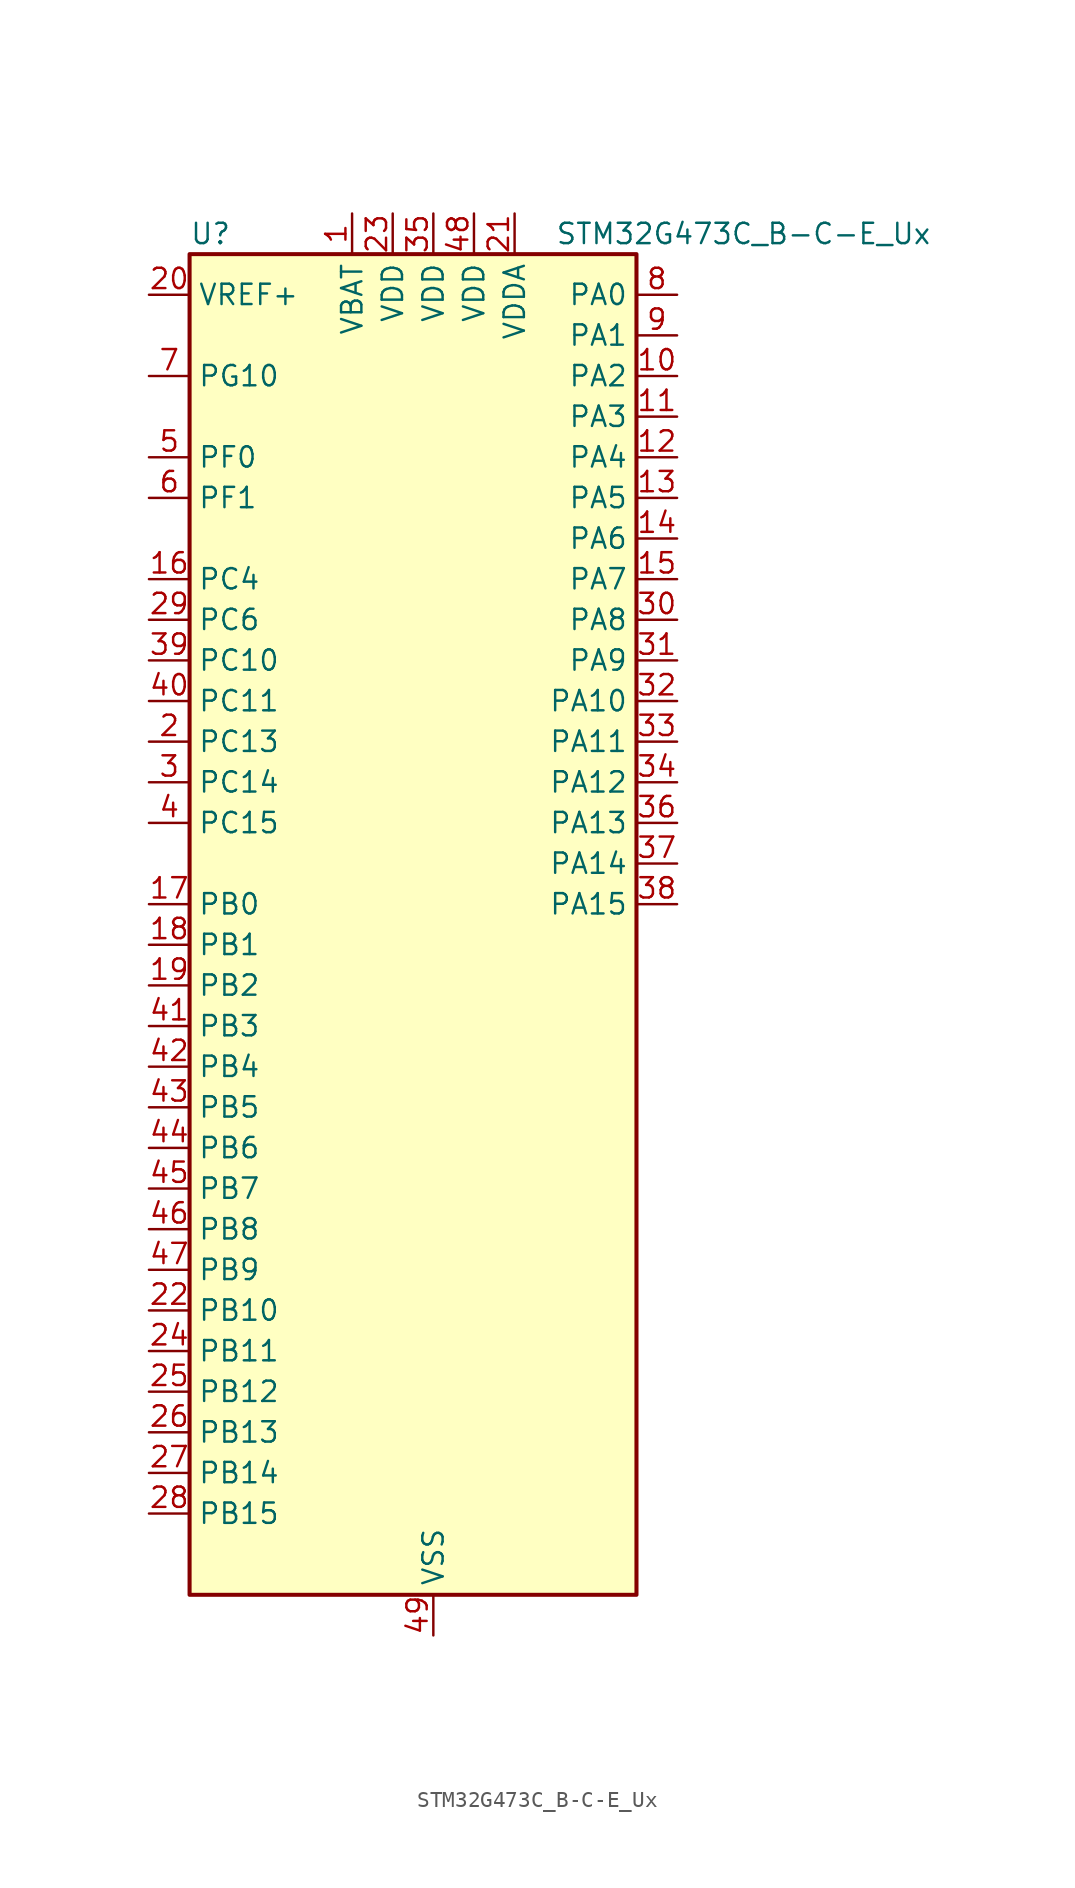
<source format=kicad_sym>
(kicad_symbol_lib
  (version 20231120)
  (generator "kicad_symbol_editor")
  (generator_version "8.0")
  (symbol "STM32G473C_B-C-E_Ux"
    (property "Reference" "U"
      (at -12.7 44.45 0)
      (effects (font (size 1.27 1.27)) (justify left)))
    (property "Value" "STM32G473C_B-C-E_Ux"
      (at 10.16 44.45 0)
      (effects (font (size 1.27 1.27)) (justify left)))
    (property "ki_locked" ""
      (at 0 0 0)
      (effects (font (size 1.27 1.27))))
    (symbol "STM32G473C_B-C-E_Ux_0_1"
      (rectangle (start -12.7 -40.64) (end 15.24 43.18) (stroke (width 0.254) (type default)) (fill (type background))))
    (symbol "STM32G473C_B-C-E_Ux_1_1"
      (pin power_in line (at -2.54 45.72 270) (length 2.54) (name "VBAT" (effects (font (size 1.27 1.27)))) (number "1" (effects (font (size 1.27 1.27)))))
      (pin bidirectional line (at 17.78 35.56 180) (length 2.54) (name "PA2" (effects (font (size 1.27 1.27)))) (number "10" (effects (font (size 1.27 1.27)))) (alternate "ADC1_IN3" bidirectional line) (alternate "ADC3_EXTI2" bidirectional line) (alternate "ADC4_EXTI2" bidirectional line) (alternate "ADC5_EXTI2" bidirectional line) (alternate "COMP2_INM" bidirectional line) (alternate "COMP2_OUT" bidirectional line) (alternate "LPUART1_TX" bidirectional line) (alternate "OPAMP1_VOUT" bidirectional line) (alternate "QUADSPI1_BK1_NCS" bidirectional line) (alternate "RCC_LSCO" bidirectional line) (alternate "SYS_WKUP4" bidirectional line) (alternate "TIM15_CH1" bidirectional line) (alternate "TIM2_CH3" bidirectional line) (alternate "TIM5_CH3" bidirectional line) (alternate "UCPD1_FRSTX1" bidirectional line) (alternate "UCPD1_FRSTX2" bidirectional line) (alternate "USART2_TX" bidirectional line))
      (pin bidirectional line (at 17.78 33.02 180) (length 2.54) (name "PA3" (effects (font (size 1.27 1.27)))) (number "11" (effects (font (size 1.27 1.27)))) (alternate "ADC1_IN4" bidirectional line) (alternate "ADC3_EXTI3" bidirectional line) (alternate "ADC4_EXTI3" bidirectional line) (alternate "ADC5_EXTI3" bidirectional line) (alternate "COMP2_INP" bidirectional line) (alternate "LPUART1_RX" bidirectional line) (alternate "OPAMP1_VINM" bidirectional line) (alternate "OPAMP1_VINM0" bidirectional line) (alternate "OPAMP1_VINM_SEC" bidirectional line) (alternate "OPAMP1_VINP" bidirectional line) (alternate "OPAMP1_VINP_SEC" bidirectional line) (alternate "OPAMP5_VINM" bidirectional line) (alternate "OPAMP5_VINM1" bidirectional line) (alternate "OPAMP5_VINM_SEC" bidirectional line) (alternate "QUADSPI1_CLK" bidirectional line) (alternate "SAI1_CK1" bidirectional line) (alternate "SAI1_MCLK_A" bidirectional line) (alternate "TIM15_CH2" bidirectional line) (alternate "TIM2_CH4" bidirectional line) (alternate "TIM5_CH4" bidirectional line) (alternate "USART2_RX" bidirectional line))
      (pin bidirectional line (at 17.78 30.48 180) (length 2.54) (name "PA4" (effects (font (size 1.27 1.27)))) (number "12" (effects (font (size 1.27 1.27)))) (alternate "ADC2_IN17" bidirectional line) (alternate "COMP1_INM" bidirectional line) (alternate "DAC1_OUT1" bidirectional line) (alternate "I2S3_WS" bidirectional line) (alternate "SAI1_FS_B" bidirectional line) (alternate "SPI1_NSS" bidirectional line) (alternate "SPI3_NSS" bidirectional line) (alternate "TIM3_CH2" bidirectional line) (alternate "USART2_CK" bidirectional line))
      (pin bidirectional line (at 17.78 27.94 180) (length 2.54) (name "PA5" (effects (font (size 1.27 1.27)))) (number "13" (effects (font (size 1.27 1.27)))) (alternate "ADC2_IN13" bidirectional line) (alternate "COMP2_INM" bidirectional line) (alternate "DAC1_OUT2" bidirectional line) (alternate "OPAMP2_VINM" bidirectional line) (alternate "OPAMP2_VINM0" bidirectional line) (alternate "OPAMP2_VINM_SEC" bidirectional line) (alternate "SPI1_SCK" bidirectional line) (alternate "TIM2_CH1" bidirectional line) (alternate "TIM2_ETR" bidirectional line) (alternate "UCPD1_FRSTX1" bidirectional line) (alternate "UCPD1_FRSTX2" bidirectional line))
      (pin bidirectional line (at 17.78 25.4 180) (length 2.54) (name "PA6" (effects (font (size 1.27 1.27)))) (number "14" (effects (font (size 1.27 1.27)))) (alternate "ADC2_IN3" bidirectional line) (alternate "COMP1_OUT" bidirectional line) (alternate "DAC2_OUT1" bidirectional line) (alternate "LPUART1_CTS" bidirectional line) (alternate "OPAMP2_VOUT" bidirectional line) (alternate "QUADSPI1_BK1_IO3" bidirectional line) (alternate "SPI1_MISO" bidirectional line) (alternate "TIM16_CH1" bidirectional line) (alternate "TIM1_BKIN" bidirectional line) (alternate "TIM3_CH1" bidirectional line) (alternate "TIM8_BKIN" bidirectional line))
      (pin bidirectional line (at 17.78 22.86 180) (length 2.54) (name "PA7" (effects (font (size 1.27 1.27)))) (number "15" (effects (font (size 1.27 1.27)))) (alternate "ADC2_IN4" bidirectional line) (alternate "COMP2_INP" bidirectional line) (alternate "COMP2_OUT" bidirectional line) (alternate "OPAMP1_VINP" bidirectional line) (alternate "OPAMP1_VINP_SEC" bidirectional line) (alternate "OPAMP2_VINP" bidirectional line) (alternate "OPAMP2_VINP_SEC" bidirectional line) (alternate "QUADSPI1_BK1_IO2" bidirectional line) (alternate "SPI1_MOSI" bidirectional line) (alternate "TIM17_CH1" bidirectional line) (alternate "TIM1_CH1N" bidirectional line) (alternate "TIM3_CH2" bidirectional line) (alternate "TIM8_CH1N" bidirectional line) (alternate "UCPD1_FRSTX1" bidirectional line) (alternate "UCPD1_FRSTX2" bidirectional line))
      (pin bidirectional line (at -15.24 22.86 0) (length 2.54) (name "PC4" (effects (font (size 1.27 1.27)))) (number "16" (effects (font (size 1.27 1.27)))) (alternate "ADC2_IN5" bidirectional line) (alternate "I2C2_SCL" bidirectional line) (alternate "QUADSPI1_BK2_IO3" bidirectional line) (alternate "TIM1_ETR" bidirectional line) (alternate "USART1_TX" bidirectional line))
      (pin bidirectional line (at -15.24 2.54 0) (length 2.54) (name "PB0" (effects (font (size 1.27 1.27)))) (number "17" (effects (font (size 1.27 1.27)))) (alternate "ADC1_IN15" bidirectional line) (alternate "ADC3_IN12" bidirectional line) (alternate "COMP4_INP" bidirectional line) (alternate "OPAMP2_VINP" bidirectional line) (alternate "OPAMP2_VINP_SEC" bidirectional line) (alternate "OPAMP3_VINP" bidirectional line) (alternate "OPAMP3_VINP_SEC" bidirectional line) (alternate "QUADSPI1_BK1_IO1" bidirectional line) (alternate "TIM1_CH2N" bidirectional line) (alternate "TIM3_CH3" bidirectional line) (alternate "TIM8_CH2N" bidirectional line) (alternate "UCPD1_FRSTX1" bidirectional line) (alternate "UCPD1_FRSTX2" bidirectional line))
      (pin bidirectional line (at -15.24 0 0) (length 2.54) (name "PB1" (effects (font (size 1.27 1.27)))) (number "18" (effects (font (size 1.27 1.27)))) (alternate "ADC1_IN12" bidirectional line) (alternate "ADC3_IN1" bidirectional line) (alternate "COMP1_INP" bidirectional line) (alternate "COMP4_OUT" bidirectional line) (alternate "LPUART1_DE" bidirectional line) (alternate "LPUART1_RTS" bidirectional line) (alternate "OPAMP3_VOUT" bidirectional line) (alternate "OPAMP6_VINM" bidirectional line) (alternate "OPAMP6_VINM1" bidirectional line) (alternate "OPAMP6_VINM_SEC" bidirectional line) (alternate "QUADSPI1_BK1_IO0" bidirectional line) (alternate "TIM1_CH3N" bidirectional line) (alternate "TIM3_CH4" bidirectional line) (alternate "TIM8_CH3N" bidirectional line))
      (pin bidirectional line (at -15.24 -2.54 0) (length 2.54) (name "PB2" (effects (font (size 1.27 1.27)))) (number "19" (effects (font (size 1.27 1.27)))) (alternate "ADC2_IN12" bidirectional line) (alternate "ADC3_EXTI2" bidirectional line) (alternate "ADC4_EXTI2" bidirectional line) (alternate "ADC5_EXTI2" bidirectional line) (alternate "COMP4_INM" bidirectional line) (alternate "I2C3_SMBA" bidirectional line) (alternate "LPTIM1_OUT" bidirectional line) (alternate "OPAMP3_VINM" bidirectional line) (alternate "OPAMP3_VINM0" bidirectional line) (alternate "OPAMP3_VINM_SEC" bidirectional line) (alternate "QUADSPI1_BK2_IO1" bidirectional line) (alternate "RTC_OUT2" bidirectional line) (alternate "TIM20_CH1" bidirectional line) (alternate "TIM5_CH1" bidirectional line))
      (pin bidirectional line (at -15.24 12.7 0) (length 2.54) (name "PC13" (effects (font (size 1.27 1.27)))) (number "2" (effects (font (size 1.27 1.27)))) (alternate "RTC_OUT1" bidirectional line) (alternate "RTC_TAMP1" bidirectional line) (alternate "RTC_TS" bidirectional line) (alternate "SYS_WKUP2" bidirectional line) (alternate "TIM1_BKIN" bidirectional line) (alternate "TIM1_CH1N" bidirectional line) (alternate "TIM8_CH4N" bidirectional line))
      (pin input line (at -15.24 40.64 0) (length 2.54) (name "VREF+" (effects (font (size 1.27 1.27)))) (number "20" (effects (font (size 1.27 1.27)))) (alternate "VREFBUF_OUT" bidirectional line))
      (pin power_in line (at 7.62 45.72 270) (length 2.54) (name "VDDA" (effects (font (size 1.27 1.27)))) (number "21" (effects (font (size 1.27 1.27)))))
      (pin bidirectional line (at -15.24 -22.86 0) (length 2.54) (name "PB10" (effects (font (size 1.27 1.27)))) (number "22" (effects (font (size 1.27 1.27)))) (alternate "COMP5_INM" bidirectional line) (alternate "DAC1_EXTI10" bidirectional line) (alternate "DAC2_EXTI10" bidirectional line) (alternate "DAC3_EXTI10" bidirectional line) (alternate "DAC4_EXTI10" bidirectional line) (alternate "LPUART1_RX" bidirectional line) (alternate "OPAMP3_VINM" bidirectional line) (alternate "OPAMP3_VINM1" bidirectional line) (alternate "OPAMP3_VINM_SEC" bidirectional line) (alternate "OPAMP4_VINM" bidirectional line) (alternate "OPAMP4_VINM0" bidirectional line) (alternate "OPAMP4_VINM_SEC" bidirectional line) (alternate "QUADSPI1_CLK" bidirectional line) (alternate "SAI1_SCK_A" bidirectional line) (alternate "TIM1_BKIN" bidirectional line) (alternate "TIM2_CH3" bidirectional line) (alternate "USART3_TX" bidirectional line))
      (pin power_in line (at 0 45.72 270) (length 2.54) (name "VDD" (effects (font (size 1.27 1.27)))) (number "23" (effects (font (size 1.27 1.27)))))
      (pin bidirectional line (at -15.24 -25.4 0) (length 2.54) (name "PB11" (effects (font (size 1.27 1.27)))) (number "24" (effects (font (size 1.27 1.27)))) (alternate "ADC1_EXTI11" bidirectional line) (alternate "ADC1_IN14" bidirectional line) (alternate "ADC2_EXTI11" bidirectional line) (alternate "ADC2_IN14" bidirectional line) (alternate "COMP6_INP" bidirectional line) (alternate "LPUART1_TX" bidirectional line) (alternate "OPAMP4_VINP" bidirectional line) (alternate "OPAMP4_VINP_SEC" bidirectional line) (alternate "OPAMP6_VOUT" bidirectional line) (alternate "QUADSPI1_BK1_NCS" bidirectional line) (alternate "TIM2_CH4" bidirectional line) (alternate "USART3_RX" bidirectional line))
      (pin bidirectional line (at -15.24 -27.94 0) (length 2.54) (name "PB12" (effects (font (size 1.27 1.27)))) (number "25" (effects (font (size 1.27 1.27)))) (alternate "ADC1_IN11" bidirectional line) (alternate "ADC4_IN3" bidirectional line) (alternate "COMP7_INM" bidirectional line) (alternate "FDCAN2_RX" bidirectional line) (alternate "I2C2_SMBA" bidirectional line) (alternate "I2S2_WS" bidirectional line) (alternate "LPUART1_DE" bidirectional line) (alternate "LPUART1_RTS" bidirectional line) (alternate "OPAMP4_VOUT" bidirectional line) (alternate "OPAMP6_VINP" bidirectional line) (alternate "OPAMP6_VINP_SEC" bidirectional line) (alternate "SPI2_NSS" bidirectional line) (alternate "TIM1_BKIN" bidirectional line) (alternate "TIM5_ETR" bidirectional line) (alternate "USART3_CK" bidirectional line))
      (pin bidirectional line (at -15.24 -30.48 0) (length 2.54) (name "PB13" (effects (font (size 1.27 1.27)))) (number "26" (effects (font (size 1.27 1.27)))) (alternate "ADC3_IN5" bidirectional line) (alternate "COMP5_INP" bidirectional line) (alternate "FDCAN2_TX" bidirectional line) (alternate "I2S2_CK" bidirectional line) (alternate "LPUART1_CTS" bidirectional line) (alternate "OPAMP3_VINP" bidirectional line) (alternate "OPAMP3_VINP_SEC" bidirectional line) (alternate "OPAMP4_VINP" bidirectional line) (alternate "OPAMP4_VINP_SEC" bidirectional line) (alternate "OPAMP6_VINP" bidirectional line) (alternate "OPAMP6_VINP_SEC" bidirectional line) (alternate "SPI2_SCK" bidirectional line) (alternate "TIM1_CH1N" bidirectional line) (alternate "USART3_CTS" bidirectional line) (alternate "USART3_NSS" bidirectional line))
      (pin bidirectional line (at -15.24 -33.02 0) (length 2.54) (name "PB14" (effects (font (size 1.27 1.27)))) (number "27" (effects (font (size 1.27 1.27)))) (alternate "ADC1_IN5" bidirectional line) (alternate "ADC4_IN4" bidirectional line) (alternate "COMP4_OUT" bidirectional line) (alternate "COMP7_INP" bidirectional line) (alternate "OPAMP2_VINP" bidirectional line) (alternate "OPAMP2_VINP_SEC" bidirectional line) (alternate "OPAMP5_VINP" bidirectional line) (alternate "OPAMP5_VINP_SEC" bidirectional line) (alternate "SPI2_MISO" bidirectional line) (alternate "TIM15_CH1" bidirectional line) (alternate "TIM1_CH2N" bidirectional line) (alternate "USART3_DE" bidirectional line) (alternate "USART3_RTS" bidirectional line))
      (pin bidirectional line (at -15.24 -35.56 0) (length 2.54) (name "PB15" (effects (font (size 1.27 1.27)))) (number "28" (effects (font (size 1.27 1.27)))) (alternate "ADC1_EXTI15" bidirectional line) (alternate "ADC2_EXTI15" bidirectional line) (alternate "ADC2_IN15" bidirectional line) (alternate "ADC4_IN5" bidirectional line) (alternate "COMP3_OUT" bidirectional line) (alternate "COMP6_INM" bidirectional line) (alternate "I2S2_SD" bidirectional line) (alternate "OPAMP5_VINM" bidirectional line) (alternate "OPAMP5_VINM0" bidirectional line) (alternate "OPAMP5_VINM_SEC" bidirectional line) (alternate "RTC_REFIN" bidirectional line) (alternate "SPI2_MOSI" bidirectional line) (alternate "TIM15_CH1N" bidirectional line) (alternate "TIM15_CH2" bidirectional line) (alternate "TIM1_CH3N" bidirectional line))
      (pin bidirectional line (at -15.24 20.32 0) (length 2.54) (name "PC6" (effects (font (size 1.27 1.27)))) (number "29" (effects (font (size 1.27 1.27)))) (alternate "COMP6_OUT" bidirectional line) (alternate "I2C4_SCL" bidirectional line) (alternate "I2S2_MCK" bidirectional line) (alternate "TIM3_CH1" bidirectional line) (alternate "TIM8_CH1" bidirectional line))
      (pin bidirectional line (at -15.24 10.16 0) (length 2.54) (name "PC14" (effects (font (size 1.27 1.27)))) (number "3" (effects (font (size 1.27 1.27)))) (alternate "RCC_OSC32_IN" bidirectional line))
      (pin bidirectional line (at 17.78 20.32 180) (length 2.54) (name "PA8" (effects (font (size 1.27 1.27)))) (number "30" (effects (font (size 1.27 1.27)))) (alternate "ADC5_IN1" bidirectional line) (alternate "COMP7_OUT" bidirectional line) (alternate "FDCAN3_RX" bidirectional line) (alternate "I2C2_SDA" bidirectional line) (alternate "I2C3_SCL" bidirectional line) (alternate "I2S2_MCK" bidirectional line) (alternate "OPAMP5_VOUT" bidirectional line) (alternate "RCC_MCO" bidirectional line) (alternate "SAI1_CK2" bidirectional line) (alternate "SAI1_SCK_A" bidirectional line) (alternate "TIM1_CH1" bidirectional line) (alternate "TIM4_ETR" bidirectional line) (alternate "USART1_CK" bidirectional line))
      (pin bidirectional line (at 17.78 17.78 180) (length 2.54) (name "PA9" (effects (font (size 1.27 1.27)))) (number "31" (effects (font (size 1.27 1.27)))) (alternate "ADC5_IN2" bidirectional line) (alternate "COMP5_OUT" bidirectional line) (alternate "DAC1_EXTI9" bidirectional line) (alternate "DAC2_EXTI9" bidirectional line) (alternate "DAC3_EXTI9" bidirectional line) (alternate "DAC4_EXTI9" bidirectional line) (alternate "I2C2_SCL" bidirectional line) (alternate "I2C3_SMBA" bidirectional line) (alternate "I2S3_MCK" bidirectional line) (alternate "SAI1_FS_A" bidirectional line) (alternate "TIM15_BKIN" bidirectional line) (alternate "TIM1_CH2" bidirectional line) (alternate "TIM2_CH3" bidirectional line) (alternate "UCPD1_DBCC1" bidirectional line) (alternate "USART1_TX" bidirectional line))
      (pin bidirectional line (at 17.78 15.24 180) (length 2.54) (name "PA10" (effects (font (size 1.27 1.27)))) (number "32" (effects (font (size 1.27 1.27)))) (alternate "COMP6_OUT" bidirectional line) (alternate "CRS_SYNC" bidirectional line) (alternate "DAC1_EXTI10" bidirectional line) (alternate "DAC2_EXTI10" bidirectional line) (alternate "DAC3_EXTI10" bidirectional line) (alternate "DAC4_EXTI10" bidirectional line) (alternate "I2C2_SMBA" bidirectional line) (alternate "SAI1_D1" bidirectional line) (alternate "SAI1_SD_A" bidirectional line) (alternate "SPI2_MISO" bidirectional line) (alternate "TIM17_BKIN" bidirectional line) (alternate "TIM1_CH3" bidirectional line) (alternate "TIM2_CH4" bidirectional line) (alternate "TIM8_BKIN" bidirectional line) (alternate "UCPD1_DBCC2" bidirectional line) (alternate "USART1_RX" bidirectional line))
      (pin bidirectional line (at 17.78 12.7 180) (length 2.54) (name "PA11" (effects (font (size 1.27 1.27)))) (number "33" (effects (font (size 1.27 1.27)))) (alternate "ADC1_EXTI11" bidirectional line) (alternate "ADC2_EXTI11" bidirectional line) (alternate "COMP1_OUT" bidirectional line) (alternate "FDCAN1_RX" bidirectional line) (alternate "I2S2_SD" bidirectional line) (alternate "SPI2_MOSI" bidirectional line) (alternate "TIM1_BKIN2" bidirectional line) (alternate "TIM1_CH1N" bidirectional line) (alternate "TIM1_CH4" bidirectional line) (alternate "TIM4_CH1" bidirectional line) (alternate "USART1_CTS" bidirectional line) (alternate "USART1_NSS" bidirectional line) (alternate "USB_DM" bidirectional line))
      (pin bidirectional line (at 17.78 10.16 180) (length 2.54) (name "PA12" (effects (font (size 1.27 1.27)))) (number "34" (effects (font (size 1.27 1.27)))) (alternate "COMP2_OUT" bidirectional line) (alternate "FDCAN1_TX" bidirectional line) (alternate "I2S_CKIN" bidirectional line) (alternate "TIM16_CH1" bidirectional line) (alternate "TIM1_CH2N" bidirectional line) (alternate "TIM1_ETR" bidirectional line) (alternate "TIM4_CH2" bidirectional line) (alternate "USART1_DE" bidirectional line) (alternate "USART1_RTS" bidirectional line) (alternate "USB_DP" bidirectional line))
      (pin power_in line (at 2.54 45.72 270) (length 2.54) (name "VDD" (effects (font (size 1.27 1.27)))) (number "35" (effects (font (size 1.27 1.27)))))
      (pin bidirectional line (at 17.78 7.62 180) (length 2.54) (name "PA13" (effects (font (size 1.27 1.27)))) (number "36" (effects (font (size 1.27 1.27)))) (alternate "I2C1_SCL" bidirectional line) (alternate "I2C4_SCL" bidirectional line) (alternate "IR_OUT" bidirectional line) (alternate "SAI1_SD_B" bidirectional line) (alternate "SYS_JTMS-SWDIO" bidirectional line) (alternate "TIM16_CH1N" bidirectional line) (alternate "TIM4_CH3" bidirectional line) (alternate "USART3_CTS" bidirectional line) (alternate "USART3_NSS" bidirectional line))
      (pin bidirectional line (at 17.78 5.08 180) (length 2.54) (name "PA14" (effects (font (size 1.27 1.27)))) (number "37" (effects (font (size 1.27 1.27)))) (alternate "I2C1_SDA" bidirectional line) (alternate "I2C4_SMBA" bidirectional line) (alternate "LPTIM1_OUT" bidirectional line) (alternate "SAI1_FS_B" bidirectional line) (alternate "SYS_JTCK-SWCLK" bidirectional line) (alternate "TIM1_BKIN" bidirectional line) (alternate "TIM8_CH2" bidirectional line) (alternate "USART2_TX" bidirectional line))
      (pin bidirectional line (at 17.78 2.54 180) (length 2.54) (name "PA15" (effects (font (size 1.27 1.27)))) (number "38" (effects (font (size 1.27 1.27)))) (alternate "ADC1_EXTI15" bidirectional line) (alternate "ADC2_EXTI15" bidirectional line) (alternate "FDCAN3_TX" bidirectional line) (alternate "I2C1_SCL" bidirectional line) (alternate "I2S3_WS" bidirectional line) (alternate "SPI1_NSS" bidirectional line) (alternate "SPI3_NSS" bidirectional line) (alternate "SYS_JTDI" bidirectional line) (alternate "TIM1_BKIN" bidirectional line) (alternate "TIM2_CH1" bidirectional line) (alternate "TIM2_ETR" bidirectional line) (alternate "TIM8_CH1" bidirectional line) (alternate "UART4_DE" bidirectional line) (alternate "UART4_RTS" bidirectional line) (alternate "USART2_RX" bidirectional line))
      (pin bidirectional line (at -15.24 17.78 0) (length 2.54) (name "PC10" (effects (font (size 1.27 1.27)))) (number "39" (effects (font (size 1.27 1.27)))) (alternate "DAC1_EXTI10" bidirectional line) (alternate "DAC2_EXTI10" bidirectional line) (alternate "DAC3_EXTI10" bidirectional line) (alternate "DAC4_EXTI10" bidirectional line) (alternate "I2S3_CK" bidirectional line) (alternate "SPI3_SCK" bidirectional line) (alternate "TIM8_CH1N" bidirectional line) (alternate "UART4_TX" bidirectional line) (alternate "USART3_TX" bidirectional line))
      (pin bidirectional line (at -15.24 7.62 0) (length 2.54) (name "PC15" (effects (font (size 1.27 1.27)))) (number "4" (effects (font (size 1.27 1.27)))) (alternate "ADC1_EXTI15" bidirectional line) (alternate "ADC2_EXTI15" bidirectional line) (alternate "RCC_OSC32_OUT" bidirectional line))
      (pin bidirectional line (at -15.24 15.24 0) (length 2.54) (name "PC11" (effects (font (size 1.27 1.27)))) (number "40" (effects (font (size 1.27 1.27)))) (alternate "ADC1_EXTI11" bidirectional line) (alternate "ADC2_EXTI11" bidirectional line) (alternate "I2C3_SDA" bidirectional line) (alternate "SPI3_MISO" bidirectional line) (alternate "TIM8_CH2N" bidirectional line) (alternate "UART4_RX" bidirectional line) (alternate "USART3_RX" bidirectional line))
      (pin bidirectional line (at -15.24 -5.08 0) (length 2.54) (name "PB3" (effects (font (size 1.27 1.27)))) (number "41" (effects (font (size 1.27 1.27)))) (alternate "ADC3_EXTI3" bidirectional line) (alternate "ADC4_EXTI3" bidirectional line) (alternate "ADC5_EXTI3" bidirectional line) (alternate "CRS_SYNC" bidirectional line) (alternate "FDCAN3_RX" bidirectional line) (alternate "I2S3_CK" bidirectional line) (alternate "SAI1_SCK_B" bidirectional line) (alternate "SPI1_SCK" bidirectional line) (alternate "SPI3_SCK" bidirectional line) (alternate "SYS_JTDO-SWO" bidirectional line) (alternate "TIM2_CH2" bidirectional line) (alternate "TIM3_ETR" bidirectional line) (alternate "TIM4_ETR" bidirectional line) (alternate "TIM8_CH1N" bidirectional line) (alternate "USART2_TX" bidirectional line))
      (pin bidirectional line (at -15.24 -7.62 0) (length 2.54) (name "PB4" (effects (font (size 1.27 1.27)))) (number "42" (effects (font (size 1.27 1.27)))) (alternate "FDCAN3_TX" bidirectional line) (alternate "SAI1_MCLK_B" bidirectional line) (alternate "SPI1_MISO" bidirectional line) (alternate "SPI3_MISO" bidirectional line) (alternate "SYS_JTRST" bidirectional line) (alternate "TIM16_CH1" bidirectional line) (alternate "TIM17_BKIN" bidirectional line) (alternate "TIM3_CH1" bidirectional line) (alternate "TIM8_CH2N" bidirectional line) (alternate "UCPD1_CC2" bidirectional line) (alternate "USART2_RX" bidirectional line))
      (pin bidirectional line (at -15.24 -10.16 0) (length 2.54) (name "PB5" (effects (font (size 1.27 1.27)))) (number "43" (effects (font (size 1.27 1.27)))) (alternate "FDCAN2_RX" bidirectional line) (alternate "I2C1_SMBA" bidirectional line) (alternate "I2C3_SDA" bidirectional line) (alternate "I2S3_SD" bidirectional line) (alternate "LPTIM1_IN1" bidirectional line) (alternate "SAI1_SD_B" bidirectional line) (alternate "SPI1_MOSI" bidirectional line) (alternate "SPI3_MOSI" bidirectional line) (alternate "TIM16_BKIN" bidirectional line) (alternate "TIM17_CH1" bidirectional line) (alternate "TIM3_CH2" bidirectional line) (alternate "TIM8_CH3N" bidirectional line) (alternate "USART2_CK" bidirectional line))
      (pin bidirectional line (at -15.24 -12.7 0) (length 2.54) (name "PB6" (effects (font (size 1.27 1.27)))) (number "44" (effects (font (size 1.27 1.27)))) (alternate "COMP4_OUT" bidirectional line) (alternate "FDCAN2_TX" bidirectional line) (alternate "LPTIM1_ETR" bidirectional line) (alternate "SAI1_FS_B" bidirectional line) (alternate "TIM16_CH1N" bidirectional line) (alternate "TIM4_CH1" bidirectional line) (alternate "TIM8_BKIN2" bidirectional line) (alternate "TIM8_CH1" bidirectional line) (alternate "TIM8_ETR" bidirectional line) (alternate "UCPD1_CC1" bidirectional line) (alternate "USART1_TX" bidirectional line))
      (pin bidirectional line (at -15.24 -15.24 0) (length 2.54) (name "PB7" (effects (font (size 1.27 1.27)))) (number "45" (effects (font (size 1.27 1.27)))) (alternate "COMP3_OUT" bidirectional line) (alternate "I2C1_SDA" bidirectional line) (alternate "I2C4_SDA" bidirectional line) (alternate "LPTIM1_IN2" bidirectional line) (alternate "SYS_PVD_IN" bidirectional line) (alternate "TIM17_CH1N" bidirectional line) (alternate "TIM3_CH4" bidirectional line) (alternate "TIM4_CH2" bidirectional line) (alternate "TIM8_BKIN" bidirectional line) (alternate "UART4_CTS" bidirectional line) (alternate "USART1_RX" bidirectional line))
      (pin bidirectional line (at -15.24 -17.78 0) (length 2.54) (name "PB8" (effects (font (size 1.27 1.27)))) (number "46" (effects (font (size 1.27 1.27)))) (alternate "COMP1_OUT" bidirectional line) (alternate "FDCAN1_RX" bidirectional line) (alternate "I2C1_SCL" bidirectional line) (alternate "SAI1_CK1" bidirectional line) (alternate "SAI1_MCLK_A" bidirectional line) (alternate "TIM16_CH1" bidirectional line) (alternate "TIM1_BKIN" bidirectional line) (alternate "TIM4_CH3" bidirectional line) (alternate "TIM8_CH2" bidirectional line) (alternate "USART3_RX" bidirectional line))
      (pin bidirectional line (at -15.24 -20.32 0) (length 2.54) (name "PB9" (effects (font (size 1.27 1.27)))) (number "47" (effects (font (size 1.27 1.27)))) (alternate "COMP2_OUT" bidirectional line) (alternate "DAC1_EXTI9" bidirectional line) (alternate "DAC2_EXTI9" bidirectional line) (alternate "DAC3_EXTI9" bidirectional line) (alternate "DAC4_EXTI9" bidirectional line) (alternate "FDCAN1_TX" bidirectional line) (alternate "I2C1_SDA" bidirectional line) (alternate "IR_OUT" bidirectional line) (alternate "SAI1_D2" bidirectional line) (alternate "SAI1_FS_A" bidirectional line) (alternate "TIM17_CH1" bidirectional line) (alternate "TIM1_CH3N" bidirectional line) (alternate "TIM4_CH4" bidirectional line) (alternate "TIM8_CH3" bidirectional line) (alternate "USART3_TX" bidirectional line))
      (pin power_in line (at 5.08 45.72 270) (length 2.54) (name "VDD" (effects (font (size 1.27 1.27)))) (number "48" (effects (font (size 1.27 1.27)))))
      (pin power_in line (at 2.54 -43.18 90) (length 2.54) (name "VSS" (effects (font (size 1.27 1.27)))) (number "49" (effects (font (size 1.27 1.27)))))
      (pin bidirectional line (at -15.24 30.48 0) (length 2.54) (name "PF0" (effects (font (size 1.27 1.27)))) (number "5" (effects (font (size 1.27 1.27)))) (alternate "ADC1_IN10" bidirectional line) (alternate "I2C2_SDA" bidirectional line) (alternate "I2S2_WS" bidirectional line) (alternate "RCC_OSC_IN" bidirectional line) (alternate "SPI2_NSS" bidirectional line) (alternate "TIM1_CH3N" bidirectional line))
      (pin bidirectional line (at -15.24 27.94 0) (length 2.54) (name "PF1" (effects (font (size 1.27 1.27)))) (number "6" (effects (font (size 1.27 1.27)))) (alternate "ADC2_IN10" bidirectional line) (alternate "COMP3_INM" bidirectional line) (alternate "I2S2_CK" bidirectional line) (alternate "RCC_OSC_OUT" bidirectional line) (alternate "SPI2_SCK" bidirectional line))
      (pin bidirectional line (at -15.24 35.56 0) (length 2.54) (name "PG10" (effects (font (size 1.27 1.27)))) (number "7" (effects (font (size 1.27 1.27)))) (alternate "DAC1_EXTI10" bidirectional line) (alternate "DAC2_EXTI10" bidirectional line) (alternate "DAC3_EXTI10" bidirectional line) (alternate "DAC4_EXTI10" bidirectional line) (alternate "RCC_MCO" bidirectional line))
      (pin bidirectional line (at 17.78 40.64 180) (length 2.54) (name "PA0" (effects (font (size 1.27 1.27)))) (number "8" (effects (font (size 1.27 1.27)))) (alternate "ADC1_IN1" bidirectional line) (alternate "ADC2_IN1" bidirectional line) (alternate "COMP1_INM" bidirectional line) (alternate "COMP1_OUT" bidirectional line) (alternate "COMP3_INP" bidirectional line) (alternate "RTC_TAMP2" bidirectional line) (alternate "SYS_WKUP1" bidirectional line) (alternate "TIM2_CH1" bidirectional line) (alternate "TIM2_ETR" bidirectional line) (alternate "TIM5_CH1" bidirectional line) (alternate "TIM8_BKIN" bidirectional line) (alternate "TIM8_ETR" bidirectional line) (alternate "USART2_CTS" bidirectional line) (alternate "USART2_NSS" bidirectional line))
      (pin bidirectional line (at 17.78 38.1 180) (length 2.54) (name "PA1" (effects (font (size 1.27 1.27)))) (number "9" (effects (font (size 1.27 1.27)))) (alternate "ADC1_IN2" bidirectional line) (alternate "ADC2_IN2" bidirectional line) (alternate "COMP1_INP" bidirectional line) (alternate "OPAMP1_VINP" bidirectional line) (alternate "OPAMP1_VINP_SEC" bidirectional line) (alternate "OPAMP3_VINP" bidirectional line) (alternate "OPAMP3_VINP_SEC" bidirectional line) (alternate "OPAMP6_VINM" bidirectional line) (alternate "OPAMP6_VINM0" bidirectional line) (alternate "OPAMP6_VINM_SEC" bidirectional line) (alternate "RTC_REFIN" bidirectional line) (alternate "TIM15_CH1N" bidirectional line) (alternate "TIM2_CH2" bidirectional line) (alternate "TIM5_CH2" bidirectional line) (alternate "USART2_DE" bidirectional line) (alternate "USART2_RTS" bidirectional line)))))
</source>
